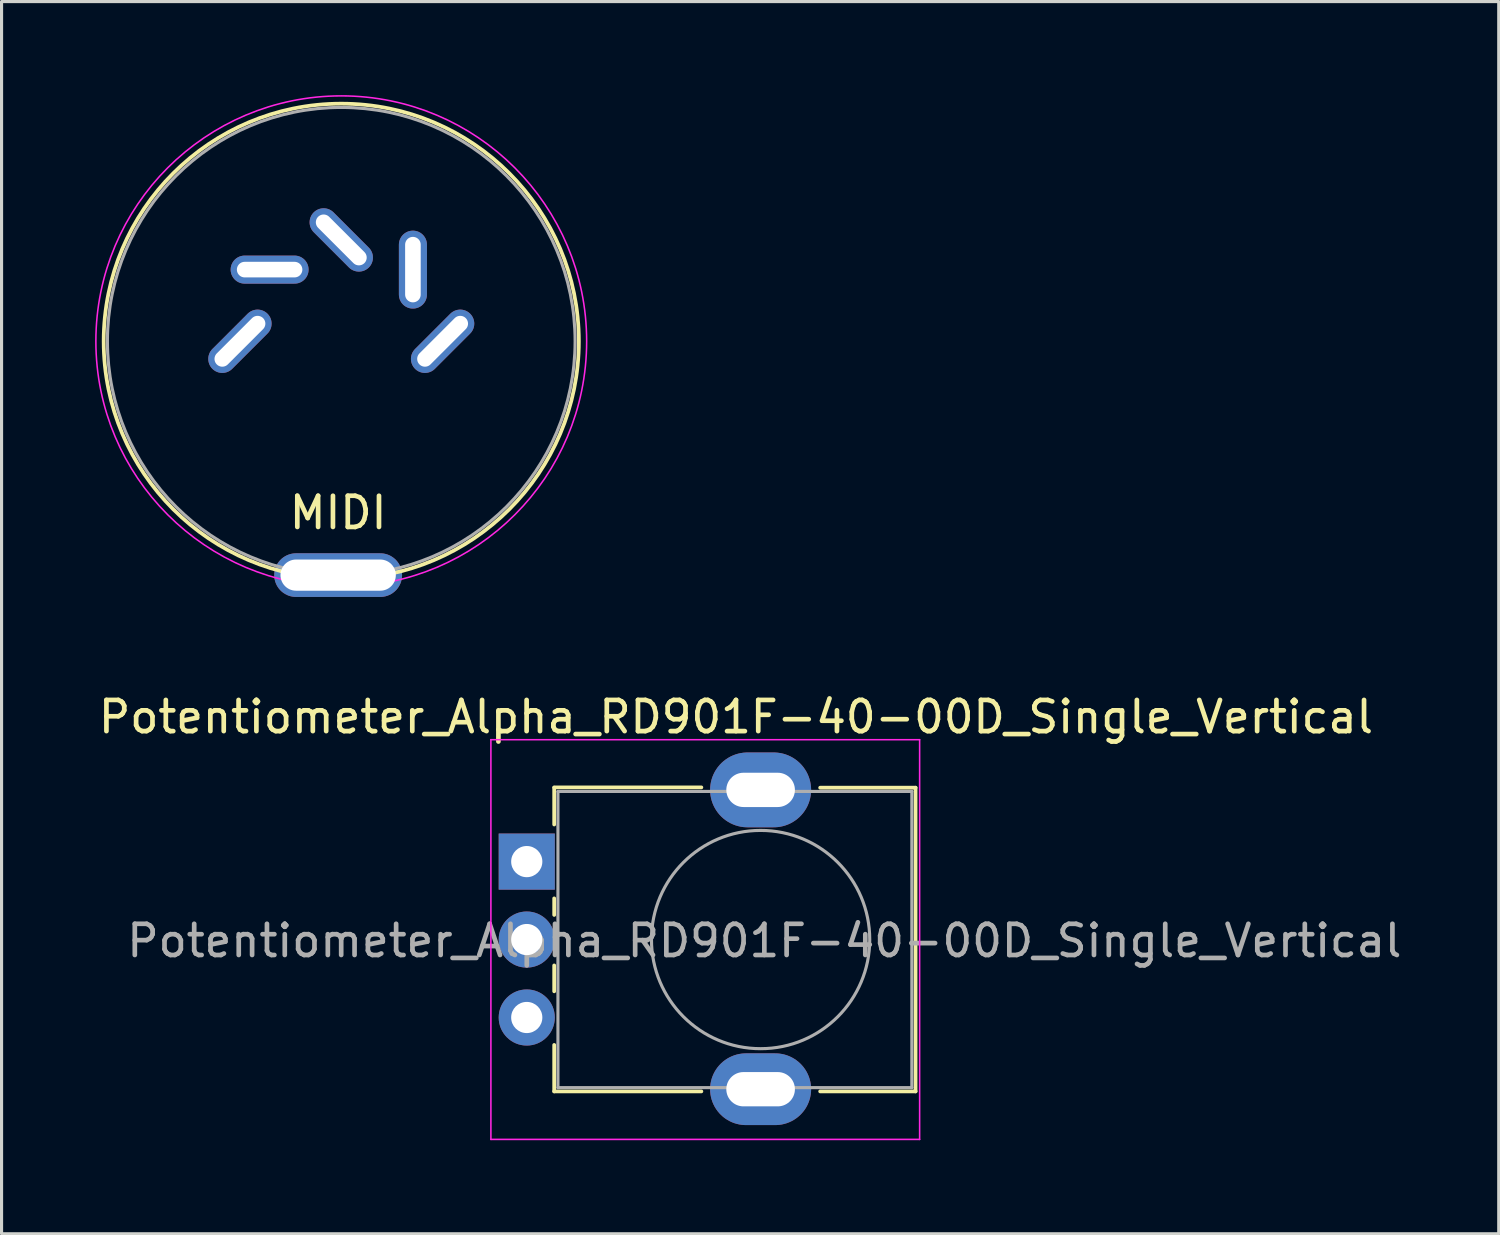
<source format=kicad_pcb>
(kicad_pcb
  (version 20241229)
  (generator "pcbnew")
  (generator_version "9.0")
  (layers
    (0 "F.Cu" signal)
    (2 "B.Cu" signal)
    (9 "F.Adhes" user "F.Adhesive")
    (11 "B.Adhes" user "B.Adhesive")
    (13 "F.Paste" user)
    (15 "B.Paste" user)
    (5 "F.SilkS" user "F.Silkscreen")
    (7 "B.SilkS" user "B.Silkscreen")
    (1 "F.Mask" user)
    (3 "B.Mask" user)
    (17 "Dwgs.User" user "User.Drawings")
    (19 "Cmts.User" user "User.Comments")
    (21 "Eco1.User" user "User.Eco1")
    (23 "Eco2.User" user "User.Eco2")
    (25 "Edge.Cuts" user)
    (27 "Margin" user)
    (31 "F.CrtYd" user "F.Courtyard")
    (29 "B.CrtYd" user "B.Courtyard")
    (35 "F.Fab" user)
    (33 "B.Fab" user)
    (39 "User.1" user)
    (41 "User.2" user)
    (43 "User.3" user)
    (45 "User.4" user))
  (footprint "Potentiometer_Alpha_RD901F-40-00D_Single_Vertical"
    (layer "F.Cu")
    (at 13.844 24.583)
    (property "Reference" "Potentiometer_Alpha_RD901F-40-00D_Single_Vertical" (at 6.71 -4.64 180) (layer "F.SilkS") (effects (font (size 1 1) (thickness 0.15))))
    (attr through_hole)
    (fp_line (start 0.88 -2.38) (end 5.6 -2.38) (stroke (width 0.12) (type solid)) (layer "F.SilkS"))
    (fp_line (start 0.88 -1.19) (end 0.88 -2.37) (stroke (width 0.12) (type solid)) (layer "F.SilkS"))
    (fp_line (start 0.88 1.71) (end 0.88 1.18) (stroke (width 0.12) (type solid)) (layer "F.SilkS"))
    (fp_line (start 0.88 4.16) (end 0.88 3.33) (stroke (width 0.12) (type solid)) (layer "F.SilkS"))
    (fp_line (start 0.88 7.37) (end 0.88 5.88) (stroke (width 0.12) (type solid)) (layer "F.SilkS"))
    (fp_line (start 0.88 7.37) (end 5.6 7.37) (stroke (width 0.12) (type solid)) (layer "F.SilkS"))
    (fp_line (start 9.41 -2.37) (end 12.47 -2.37) (stroke (width 0.12) (type solid)) (layer "F.SilkS"))
    (fp_line (start 9.41 7.37) (end 12.47 7.37) (stroke (width 0.12) (type solid)) (layer "F.SilkS"))
    (fp_line (start 12.47 7.37) (end 12.47 -2.37) (stroke (width 0.12) (type solid)) (layer "F.SilkS"))
    (fp_line (start -1.15 -3.91) (end -1.15 8.91) (stroke (width 0.05) (type solid)) (layer "F.CrtYd"))
    (fp_line (start -1.15 8.91) (end 12.6 8.91) (stroke (width 0.05) (type solid)) (layer "F.CrtYd"))
    (fp_line (start 12.6 -3.91) (end -1.15 -3.91) (stroke (width 0.05) (type solid)) (layer "F.CrtYd"))
    (fp_line (start 12.6 8.91) (end 12.6 -3.91) (stroke (width 0.05) (type solid)) (layer "F.CrtYd"))
    (fp_line (start 1 -2.25) (end 12.35 -2.25) (stroke (width 0.1) (type solid)) (layer "F.Fab"))
    (fp_line (start 1 7.25) (end 1 -2.25) (stroke (width 0.1) (type solid)) (layer "F.Fab"))
    (fp_line (start 1 7.25) (end 12.35 7.25) (stroke (width 0.1) (type solid)) (layer "F.Fab"))
    (fp_line (start 12.35 7.25) (end 12.35 -2.25) (stroke (width 0.1) (type solid)) (layer "F.Fab"))
    (fp_circle (center 7.5 2.5) (end 7.5 -1) (stroke (width 0.1) (type solid)) (fill no) (layer "F.Fab"))
    (fp_text user "${REFERENCE}" (at 7.62 2.54 0) (layer "F.Fab") (effects (font (size 1 1) (thickness 0.15))))
    (pad "" thru_hole oval (at 7.5 -2.3 90) (size 2.4 3.24) (drill oval 1.1 2.2) (layers "*.Cu" "*.Mask"))
    (pad "" thru_hole oval (at 7.5 7.3 90) (size 2.3 3.24) (drill oval 1.1 2.2) (layers "*.Cu" "*.Mask"))
    (pad "1" thru_hole rect (at 0 0 90) (size 1.8 1.8) (drill 1) (layers "*.Cu" "*.Mask"))
    (pad "2" thru_hole circle (at 0 2.5 90) (size 1.8 1.8) (drill 1) (layers "*.Cu" "*.Mask"))
    (pad "3" thru_hole circle (at 0 5 90) (size 1.8 1.8) (drill 1) (layers "*.Cu" "*.Mask")))
  (footprint "MIDI"
    (layer "F.Cu")
    (at 7.795 7.895)
    (property "Reference" "MIDI" (at 0 5.5 0) (layer "F.SilkS") (effects (font (size 1 1) (thickness 0.15))))
    (attr through_hole)
    (fp_circle (center 0.1 0) (end -7.52 0) (stroke (width 0.12) (type solid)) (fill no) (layer "F.SilkS"))
    (fp_circle (center 0.1 0) (end -7.77 0) (stroke (width 0.05) (type solid)) (fill no) (layer "F.CrtYd"))
    (fp_circle (center 0.1 0) (end -7.4 0) (stroke (width 0.1) (type solid)) (fill no) (layer "F.Fab"))
    (pad "1" thru_hole oval (at 3.35 0 315) (size 0.9 2.5) (drill oval 0.5 2.1) (layers "*.Cu" "*.Mask"))
    (pad "2" thru_hole oval (at 2.398 -2.298) (size 0.9 2.5) (drill oval 0.5 2.1) (layers "*.Cu" "*.Mask"))
    (pad "3" thru_hole oval (at 0.1 -3.25 45) (size 0.9 2.5) (drill oval 0.5 2.1) (layers "*.Cu" "*.Mask"))
    (pad "4" thru_hole oval (at -2.198 -2.298 90) (size 0.9 2.5) (drill oval 0.5 2.1) (layers "*.Cu" "*.Mask"))
    (pad "5" thru_hole oval (at -3.15 0 135) (size 0.9 2.5) (drill oval 0.5 2.1) (layers "*.Cu" "*.Mask"))
    (pad "6" thru_hole oval (at 0 7.5 180) (size 4.1 1.4) (drill oval 3.7 1) (layers "*.Cu" "*.Mask")))
  (gr_rect
    (start -3 -3)
    (end 45.017 36.518)
    (stroke (width 0.1) (type default))
    (fill no)
    (layer "Edge.Cuts")))
</source>
